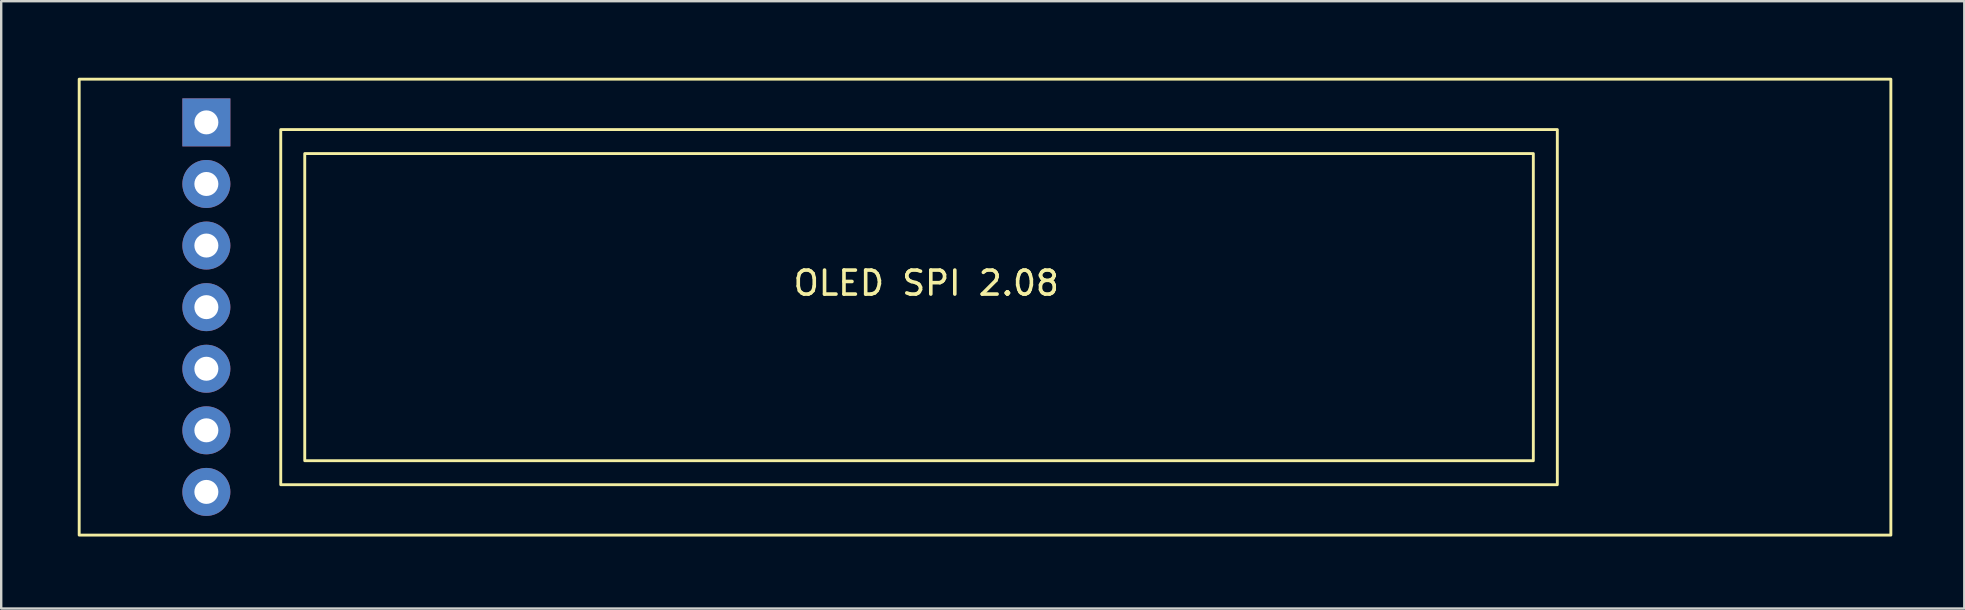
<source format=kicad_pcb>
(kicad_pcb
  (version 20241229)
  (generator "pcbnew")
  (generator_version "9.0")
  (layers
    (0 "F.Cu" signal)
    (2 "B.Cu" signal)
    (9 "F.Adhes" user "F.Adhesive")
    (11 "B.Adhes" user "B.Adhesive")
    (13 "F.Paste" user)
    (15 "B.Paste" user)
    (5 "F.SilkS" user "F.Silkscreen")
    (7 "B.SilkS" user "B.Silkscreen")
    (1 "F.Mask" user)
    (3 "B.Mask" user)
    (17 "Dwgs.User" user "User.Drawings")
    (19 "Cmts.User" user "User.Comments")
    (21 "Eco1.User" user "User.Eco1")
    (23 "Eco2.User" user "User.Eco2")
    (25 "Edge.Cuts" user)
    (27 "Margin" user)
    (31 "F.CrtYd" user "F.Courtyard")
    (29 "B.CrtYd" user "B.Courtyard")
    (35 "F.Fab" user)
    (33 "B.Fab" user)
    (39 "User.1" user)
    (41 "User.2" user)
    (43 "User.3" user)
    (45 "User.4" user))
  (footprint "OLED SPI 2.08"
    (layer "F.Cu")
    (at 0.25 0.25)
    (property "Reference" "OLED SPI 2.08" (at 35.3 8.5 0) (unlocked yes) (layer "F.SilkS") (effects (font (size 1 1) (thickness 0.15))))
    (attr through_hole)
    (fp_rect (start 0 0) (end 75.5 19) (stroke (width 0.12) (type default)) (fill no) (layer "F.SilkS"))
    (fp_rect (start 8.4 2.1) (end 61.6 16.9) (stroke (width 0.12) (type default)) (fill no) (layer "F.SilkS"))
    (fp_rect (start 9.4 3.1) (end 60.6 15.9) (stroke (width 0.12) (type default)) (fill no) (layer "F.SilkS"))
    (pad "1" thru_hole rect (at 5.3 1.8) (size 2 2) (drill 1) (layers "*.Cu" "*.Mask"))
    (pad "2" thru_hole circle (at 5.3 4.367) (size 2 2) (drill 1) (layers "*.Cu" "*.Mask"))
    (pad "3" thru_hole circle (at 5.3 6.933) (size 2 2) (drill 1) (layers "*.Cu" "*.Mask"))
    (pad "4" thru_hole circle (at 5.3 9.5) (size 2 2) (drill 1) (layers "*.Cu" "*.Mask"))
    (pad "5" thru_hole circle (at 5.3 12.067) (size 2 2) (drill 1) (layers "*.Cu" "*.Mask"))
    (pad "6" thru_hole circle (at 5.3 14.633) (size 2 2) (drill 1) (layers "*.Cu" "*.Mask"))
    (pad "7" thru_hole circle (at 5.3 17.2) (size 2 2) (drill 1) (layers "*.Cu" "*.Mask")))
  (gr_rect
    (start -3 -3)
    (end 78.81 22.31)
    (stroke (width 0.1) (type default))
    (fill no)
    (layer "Edge.Cuts")))
</source>
